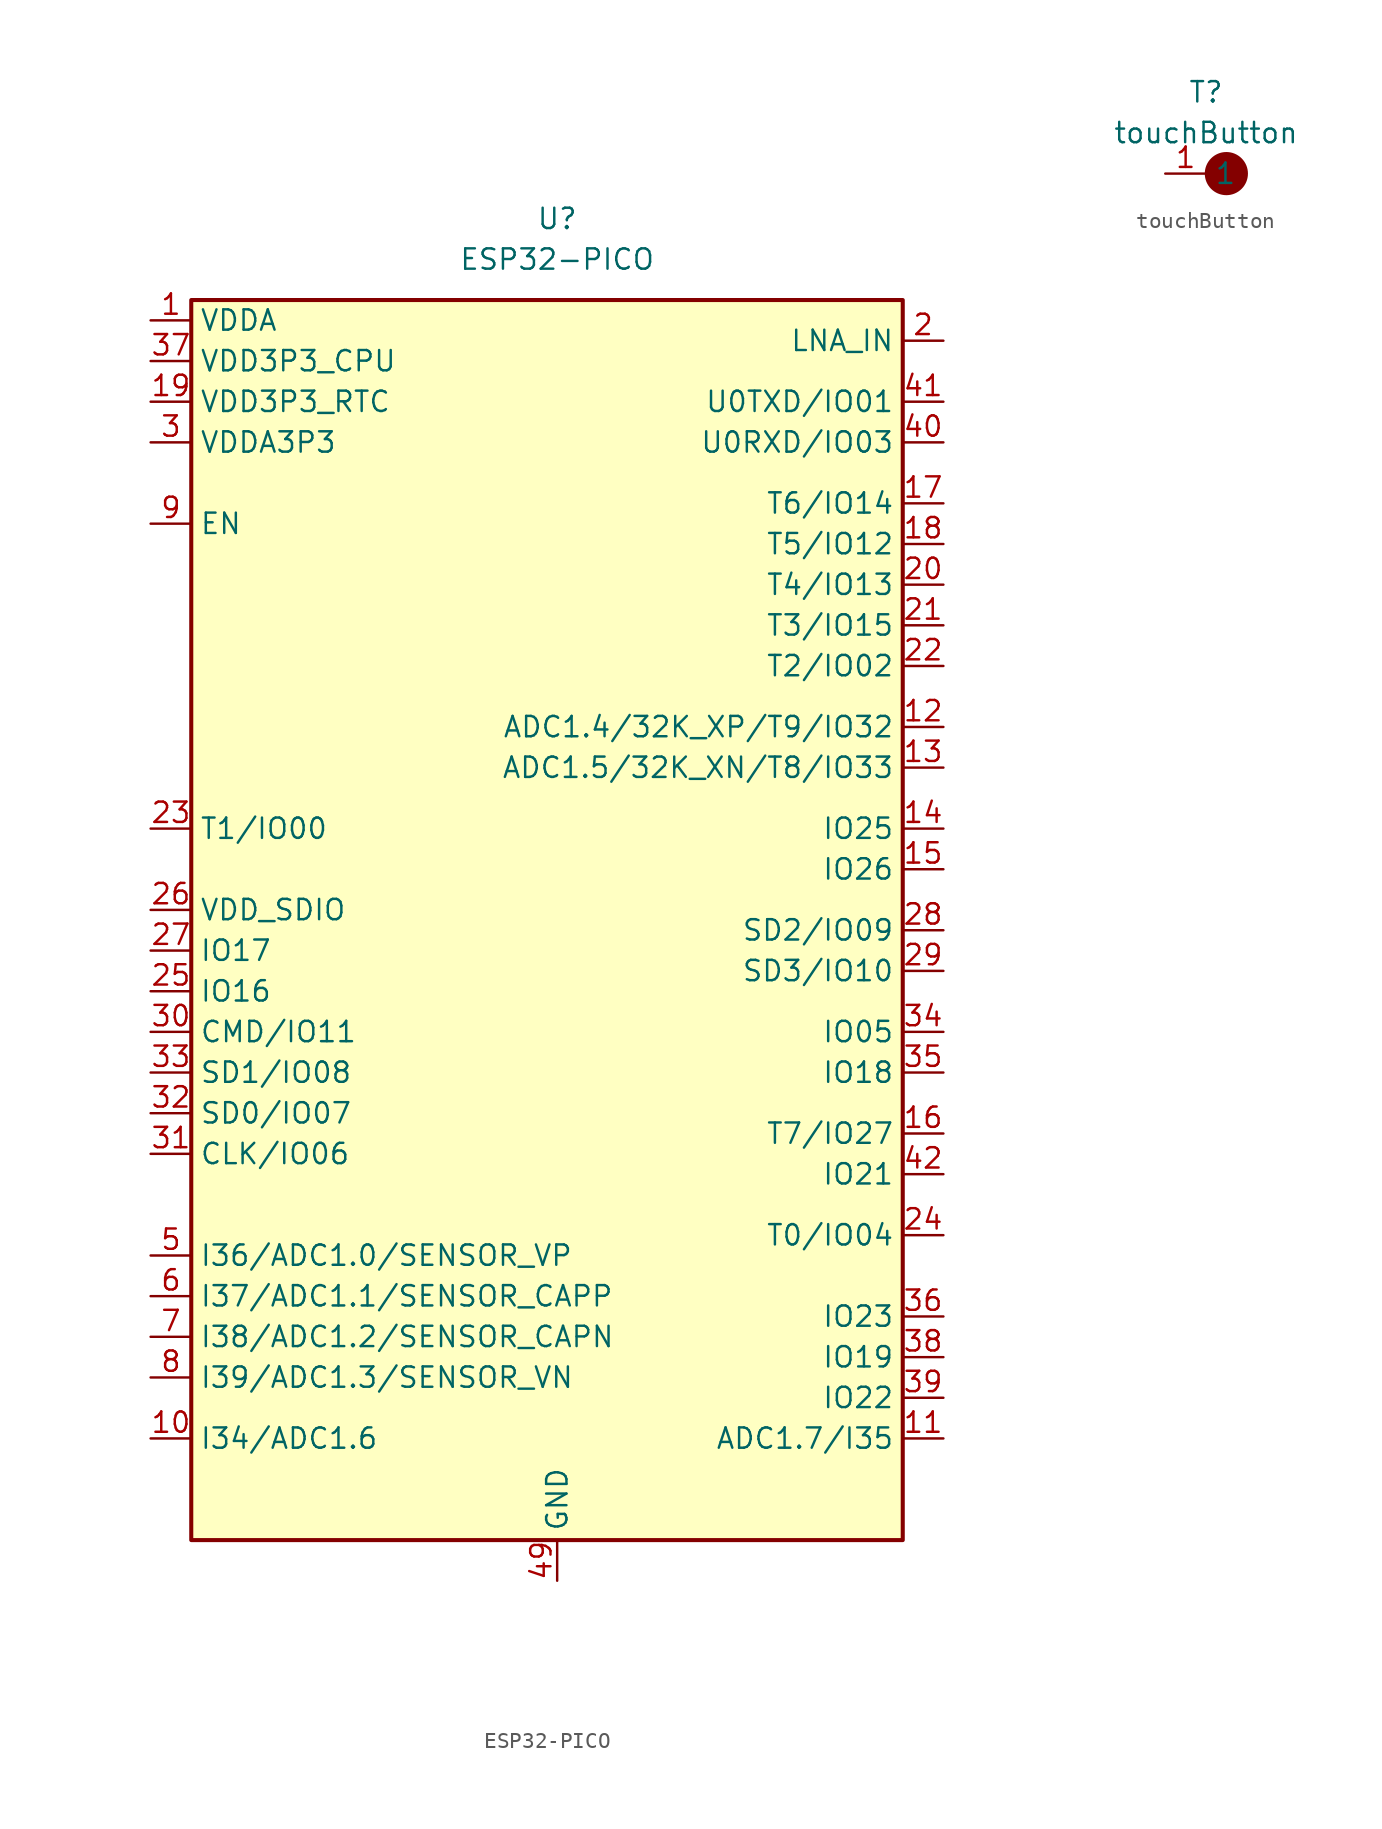
<source format=kicad_sym>
(kicad_symbol_lib
  (version 20211014)
  (generator kicad_symbol_editor)
  (symbol "ESP32-PICO"
    (property "Reference" "U"
      (at 0 5.08 0)
      (effects (font (size 1.27 1.27))))
    (property "Value" "ESP32-PICO"
      (at 0 2.54 0)
      (effects (font (size 1.27 1.27))))
    (symbol "ESP32-PICO_1_1"
      (rectangle (start -22.86 0) (end 21.59 -77.47) (stroke (width 0.254) (type default) (color 0 0 0 0)) (fill (type background)))
      (pin power_in line (at -25.4 -1.27 0) (length 2.54) (name "VDDA" (effects (font (size 1.27 1.27)))) (number "1" (effects (font (size 1.27 1.27)))))
      (pin input line (at -25.4 -71.12 0) (length 2.54) (name "I34/ADC1.6" (effects (font (size 1.27 1.27)))) (number "10" (effects (font (size 1.27 1.27)))))
      (pin input line (at 24.13 -71.12 180) (length 2.54) (name "ADC1.7/I35" (effects (font (size 1.27 1.27)))) (number "11" (effects (font (size 1.27 1.27)))))
      (pin bidirectional line (at 24.13 -26.67 180) (length 2.54) (name "ADC1.4/32K_XP/T9/IO32" (effects (font (size 1.27 1.27)))) (number "12" (effects (font (size 1.27 1.27)))))
      (pin bidirectional line (at 24.13 -29.21 180) (length 2.54) (name "ADC1.5/32K_XN/T8/IO33" (effects (font (size 1.27 1.27)))) (number "13" (effects (font (size 1.27 1.27)))))
      (pin bidirectional line (at 24.13 -33.02 180) (length 2.54) (name "IO25" (effects (font (size 1.27 1.27)))) (number "14" (effects (font (size 1.27 1.27)))))
      (pin bidirectional line (at 24.13 -35.56 180) (length 2.54) (name "IO26" (effects (font (size 1.27 1.27)))) (number "15" (effects (font (size 1.27 1.27)))))
      (pin bidirectional line (at 24.13 -52.07 180) (length 2.54) (name "T7/IO27" (effects (font (size 1.27 1.27)))) (number "16" (effects (font (size 1.27 1.27)))))
      (pin bidirectional line (at 24.13 -12.7 180) (length 2.54) (name "T6/IO14" (effects (font (size 1.27 1.27)))) (number "17" (effects (font (size 1.27 1.27)))))
      (pin bidirectional line (at 24.13 -15.24 180) (length 2.54) (name "T5/IO12" (effects (font (size 1.27 1.27)))) (number "18" (effects (font (size 1.27 1.27)))))
      (pin power_in line (at -25.4 -6.35 0) (length 2.54) (name "VDD3P3_RTC" (effects (font (size 1.27 1.27)))) (number "19" (effects (font (size 1.27 1.27)))))
      (pin bidirectional line (at 24.13 -2.54 180) (length 2.54) (name "LNA_IN" (effects (font (size 1.27 1.27)))) (number "2" (effects (font (size 1.27 1.27)))))
      (pin bidirectional line (at 24.13 -17.78 180) (length 2.54) (name "T4/IO13" (effects (font (size 1.27 1.27)))) (number "20" (effects (font (size 1.27 1.27)))))
      (pin bidirectional line (at 24.13 -20.32 180) (length 2.54) (name "T3/IO15" (effects (font (size 1.27 1.27)))) (number "21" (effects (font (size 1.27 1.27)))))
      (pin bidirectional line (at 24.13 -22.86 180) (length 2.54) (name "T2/IO02" (effects (font (size 1.27 1.27)))) (number "22" (effects (font (size 1.27 1.27)))))
      (pin bidirectional line (at -25.4 -33.02 0) (length 2.54) (name "T1/IO00" (effects (font (size 1.27 1.27)))) (number "23" (effects (font (size 1.27 1.27)))))
      (pin bidirectional line (at 24.13 -58.42 180) (length 2.54) (name "T0/IO04" (effects (font (size 1.27 1.27)))) (number "24" (effects (font (size 1.27 1.27)))))
      (pin bidirectional line (at -25.4 -43.18 0) (length 2.54) (name "IO16" (effects (font (size 1.27 1.27)))) (number "25" (effects (font (size 1.27 1.27)))))
      (pin power_out line (at -25.4 -38.1 0) (length 2.54) (name "VDD_SDIO" (effects (font (size 1.27 1.27)))) (number "26" (effects (font (size 1.27 1.27)))))
      (pin bidirectional line (at -25.4 -40.64 0) (length 2.54) (name "IO17" (effects (font (size 1.27 1.27)))) (number "27" (effects (font (size 1.27 1.27)))))
      (pin bidirectional line (at 24.13 -39.37 180) (length 2.54) (name "SD2/IO09" (effects (font (size 1.27 1.27)))) (number "28" (effects (font (size 1.27 1.27)))))
      (pin bidirectional line (at 24.13 -41.91 180) (length 2.54) (name "SD3/IO10" (effects (font (size 1.27 1.27)))) (number "29" (effects (font (size 1.27 1.27)))))
      (pin power_in line (at -25.4 -8.89 0) (length 2.54) (name "VDDA3P3" (effects (font (size 1.27 1.27)))) (number "3" (effects (font (size 1.27 1.27)))))
      (pin bidirectional line (at -25.4 -45.72 0) (length 2.54) (name "CMD/IO11" (effects (font (size 1.27 1.27)))) (number "30" (effects (font (size 1.27 1.27)))))
      (pin bidirectional line (at -25.4 -53.34 0) (length 2.54) (name "CLK/IO06" (effects (font (size 1.27 1.27)))) (number "31" (effects (font (size 1.27 1.27)))))
      (pin bidirectional line (at -25.4 -50.8 0) (length 2.54) (name "SD0/IO07" (effects (font (size 1.27 1.27)))) (number "32" (effects (font (size 1.27 1.27)))))
      (pin bidirectional line (at -25.4 -48.26 0) (length 2.54) (name "SD1/IO08" (effects (font (size 1.27 1.27)))) (number "33" (effects (font (size 1.27 1.27)))))
      (pin bidirectional line (at 24.13 -45.72 180) (length 2.54) (name "IO05" (effects (font (size 1.27 1.27)))) (number "34" (effects (font (size 1.27 1.27)))))
      (pin bidirectional line (at 24.13 -48.26 180) (length 2.54) (name "IO18" (effects (font (size 1.27 1.27)))) (number "35" (effects (font (size 1.27 1.27)))))
      (pin bidirectional line (at 24.13 -63.5 180) (length 2.54) (name "IO23" (effects (font (size 1.27 1.27)))) (number "36" (effects (font (size 1.27 1.27)))))
      (pin power_in line (at -25.4 -3.81 0) (length 2.54) (name "VDD3P3_CPU" (effects (font (size 1.27 1.27)))) (number "37" (effects (font (size 1.27 1.27)))))
      (pin bidirectional line (at 24.13 -66.04 180) (length 2.54) (name "IO19" (effects (font (size 1.27 1.27)))) (number "38" (effects (font (size 1.27 1.27)))))
      (pin bidirectional line (at 24.13 -68.58 180) (length 2.54) (name "IO22" (effects (font (size 1.27 1.27)))) (number "39" (effects (font (size 1.27 1.27)))))
      (pin passive line (at -25.4 -8.89 0) (length 2.54) hide (name "VDDA3P3" (effects (font (size 1.27 1.27)))) (number "4" (effects (font (size 1.27 1.27)))))
      (pin bidirectional line (at 24.13 -8.89 180) (length 2.54) (name "U0RXD/IO03" (effects (font (size 1.27 1.27)))) (number "40" (effects (font (size 1.27 1.27)))))
      (pin bidirectional line (at 24.13 -6.35 180) (length 2.54) (name "U0TXD/IO01" (effects (font (size 1.27 1.27)))) (number "41" (effects (font (size 1.27 1.27)))))
      (pin bidirectional line (at 24.13 -54.61 180) (length 2.54) (name "IO21" (effects (font (size 1.27 1.27)))) (number "42" (effects (font (size 1.27 1.27)))))
      (pin passive line (at -25.4 -1.27 0) (length 2.54) hide (name "VDDA" (effects (font (size 1.27 1.27)))) (number "43" (effects (font (size 1.27 1.27)))))
      (pin no_connect line (at -22.86 -17.78 0) (length 2.54) hide (name "XTAL_N_NC" (effects (font (size 1.27 1.27)))) (number "44" (effects (font (size 1.27 1.27)))))
      (pin no_connect line (at -22.86 -20.32 0) (length 2.54) hide (name "XTAL_P_NC" (effects (font (size 1.27 1.27)))) (number "45" (effects (font (size 1.27 1.27)))))
      (pin passive line (at -25.4 -1.27 0) (length 2.54) hide (name "VDDA" (effects (font (size 1.27 1.27)))) (number "46" (effects (font (size 1.27 1.27)))))
      (pin no_connect line (at -22.86 -22.86 0) (length 2.54) hide (name "CAP2_NC" (effects (font (size 1.27 1.27)))) (number "47" (effects (font (size 1.27 1.27)))))
      (pin no_connect line (at -22.86 -25.4 0) (length 2.54) hide (name "CAP1_NC" (effects (font (size 1.27 1.27)))) (number "48" (effects (font (size 1.27 1.27)))))
      (pin power_in line (at 0 -80.01 90) (length 2.54) (name "GND" (effects (font (size 1.27 1.27)))) (number "49" (effects (font (size 1.27 1.27)))))
      (pin input line (at -25.4 -59.69 0) (length 2.54) (name "I36/ADC1.0/SENSOR_VP" (effects (font (size 1.27 1.27)))) (number "5" (effects (font (size 1.27 1.27)))))
      (pin input line (at -25.4 -62.23 0) (length 2.54) (name "I37/ADC1.1/SENSOR_CAPP" (effects (font (size 1.27 1.27)))) (number "6" (effects (font (size 1.27 1.27)))))
      (pin input line (at -25.4 -64.77 0) (length 2.54) (name "I38/ADC1.2/SENSOR_CAPN" (effects (font (size 1.27 1.27)))) (number "7" (effects (font (size 1.27 1.27)))))
      (pin input line (at -25.4 -67.31 0) (length 2.54) (name "I39/ADC1.3/SENSOR_VN" (effects (font (size 1.27 1.27)))) (number "8" (effects (font (size 1.27 1.27)))))
      (pin input line (at -25.4 -13.97 0) (length 2.54) (name "EN" (effects (font (size 1.27 1.27)))) (number "9" (effects (font (size 1.27 1.27)))))))
  (symbol "touchButton"
    (property "Reference" "T"
      (at -1.27 3.81 0)
      (effects (font (size 1.27 1.27))))
    (property "Value" "touchButton"
      (at -1.27 1.27 0)
      (effects (font (size 1.27 1.27))))
    (symbol "touchButton_0_1"
      (circle (center 0 -1.27) (radius 1.27) (stroke (width 0) (type default) (color 0 0 0 0)) (fill (type outline))))
    (symbol "touchButton_1_1"
      (pin bidirectional line (at -3.81 -1.27 0) (length 2.54) (name "1" (effects (font (size 1.27 1.27)))) (number "1" (effects (font (size 1.27 1.27))))))))
</source>
